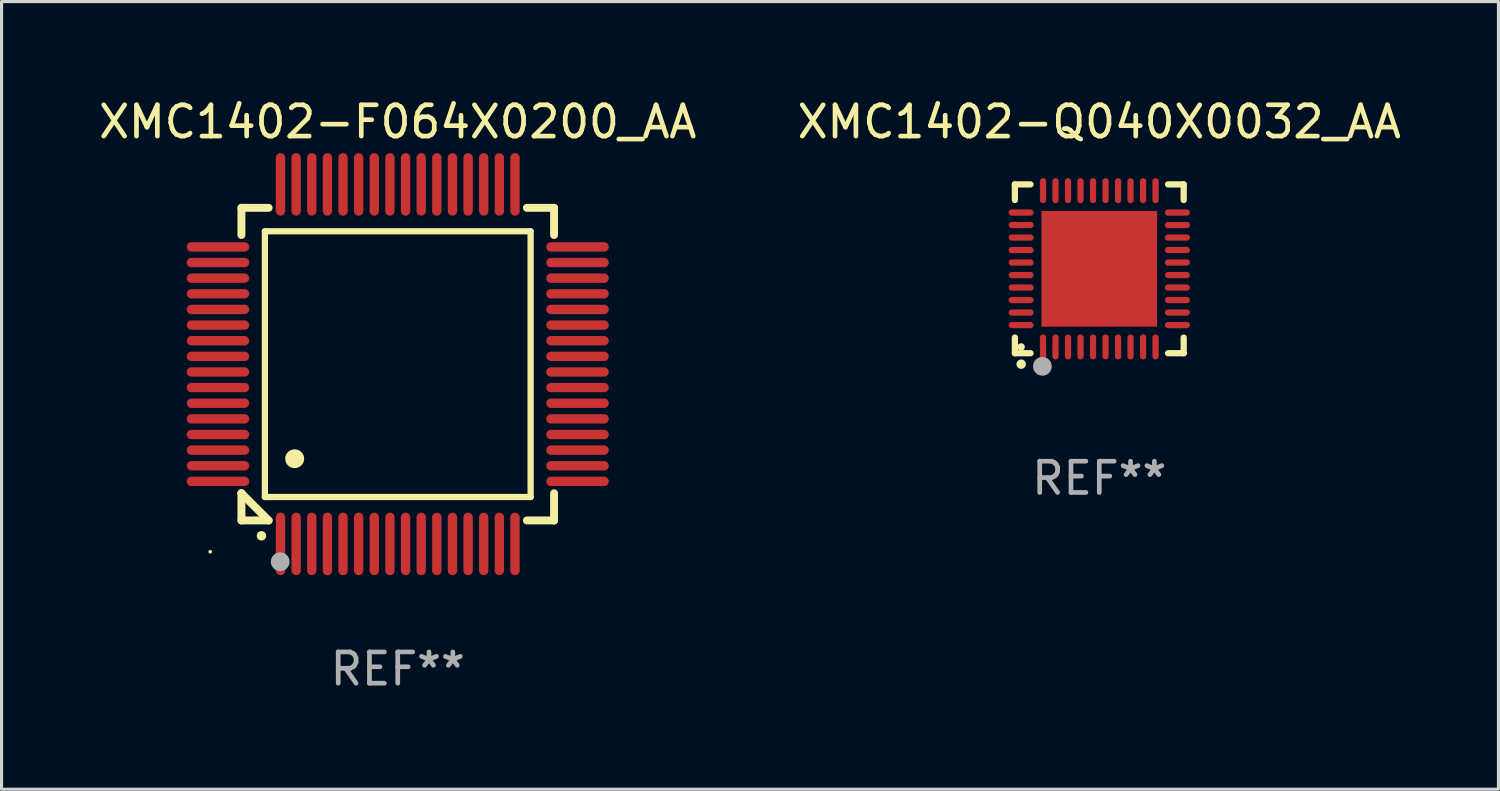
<source format=kicad_pcb>
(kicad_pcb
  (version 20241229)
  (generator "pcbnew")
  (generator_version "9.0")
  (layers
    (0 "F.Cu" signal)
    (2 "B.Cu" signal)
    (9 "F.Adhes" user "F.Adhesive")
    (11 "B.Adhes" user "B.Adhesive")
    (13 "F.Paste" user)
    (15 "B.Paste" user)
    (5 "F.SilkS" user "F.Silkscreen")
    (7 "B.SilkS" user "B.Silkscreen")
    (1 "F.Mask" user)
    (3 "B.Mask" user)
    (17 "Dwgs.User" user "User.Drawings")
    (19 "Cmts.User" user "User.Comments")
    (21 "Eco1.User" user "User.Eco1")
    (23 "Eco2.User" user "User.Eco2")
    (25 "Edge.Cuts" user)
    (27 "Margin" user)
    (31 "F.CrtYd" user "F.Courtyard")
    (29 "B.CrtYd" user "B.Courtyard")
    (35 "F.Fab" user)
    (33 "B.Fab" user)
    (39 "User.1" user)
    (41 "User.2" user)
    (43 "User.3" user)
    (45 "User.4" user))
  (footprint "XMC1402-F064X0200_AA"
    (layer "F.Cu")
    (at 9.673 8.598)
    (property "Reference" "XMC1402-F064X0200_AA" (at 0 -7.75 0) (layer "F.SilkS") (effects (font (size 1 1) (thickness 0.15))))
    (attr through_hole)
    (fp_line (start -5 -5) (end -4.131 -5) (stroke (width 0.254) (type solid)) (layer "F.SilkS"))
    (fp_line (start -5 -4.131) (end -5 -5) (stroke (width 0.254) (type solid)) (layer "F.SilkS"))
    (fp_line (start -5 4.131) (end -5 4.131) (stroke (width 0.254) (type solid)) (layer "F.SilkS"))
    (fp_line (start -5 5) (end -5 4.131) (stroke (width 0.254) (type solid)) (layer "F.SilkS"))
    (fp_line (start -5 4.131) (end -4.131 5) (stroke (width 0.254) (type solid)) (layer "F.SilkS"))
    (fp_line (start -4.25 -4.25) (end -4.25 4.25) (stroke (width 0.2) (type solid)) (layer "F.SilkS"))
    (fp_line (start -4.25 4.25) (end 4.25 4.25) (stroke (width 0.2) (type solid)) (layer "F.SilkS"))
    (fp_line (start -4.131 5) (end -5 5) (stroke (width 0.254) (type solid)) (layer "F.SilkS"))
    (fp_line (start 4.25 -4.25) (end -4.25 -4.25) (stroke (width 0.2) (type solid)) (layer "F.SilkS"))
    (fp_line (start 4.25 4.25) (end 4.25 -4.25) (stroke (width 0.2) (type solid)) (layer "F.SilkS"))
    (fp_line (start 5 -5) (end 4.131 -5) (stroke (width 0.254) (type solid)) (layer "F.SilkS"))
    (fp_line (start 5 -5) (end 5 -4.131) (stroke (width 0.254) (type solid)) (layer "F.SilkS"))
    (fp_line (start 5 4.131) (end 5 5) (stroke (width 0.254) (type solid)) (layer "F.SilkS"))
    (fp_line (start 5 5) (end 4.131 5) (stroke (width 0.254) (type solid)) (layer "F.SilkS"))
    (fp_arc (start -4.361265 5.489992) (mid -4.359995 5.489987) (end -4.358725 5.489992) (stroke (width 0.3) (type solid)) (layer "F.SilkS"))
    (fp_arc (start -3.299467 3.025146) (mid -3.296927 3.025135) (end -3.294387 3.025146) (stroke (width 0.6) (type solid)) (layer "F.SilkS"))
    (fp_circle (center -6 6) (end -5.97 6) (stroke (width 0.06) (type solid)) (fill no) (layer "F.SilkS"))
    (fp_circle (center -3.76 6.32) (end -3.61 6.32) (stroke (width 0.3) (type solid)) (fill no) (layer "F.Fab"))
    (fp_text user "REF**" (at 0 9.75 0) (layer "F.Fab") (effects (font (size 1 1) (thickness 0.15))))
    (pad "1" smd oval (at -3.75 5.75) (size 0.3 2) (layers "F.Cu" "F.Mask" "F.Paste"))
    (pad "2" smd oval (at -3.25 5.75) (size 0.3 2) (layers "F.Cu" "F.Mask" "F.Paste"))
    (pad "3" smd oval (at -2.75 5.75) (size 0.3 2) (layers "F.Cu" "F.Mask" "F.Paste"))
    (pad "4" smd oval (at -2.25 5.75) (size 0.3 2) (layers "F.Cu" "F.Mask" "F.Paste"))
    (pad "5" smd oval (at -1.75 5.75) (size 0.3 2) (layers "F.Cu" "F.Mask" "F.Paste"))
    (pad "6" smd oval (at -1.25 5.75) (size 0.3 2) (layers "F.Cu" "F.Mask" "F.Paste"))
    (pad "7" smd oval (at -0.75 5.75) (size 0.3 2) (layers "F.Cu" "F.Mask" "F.Paste"))
    (pad "8" smd oval (at -0.25 5.75) (size 0.3 2) (layers "F.Cu" "F.Mask" "F.Paste"))
    (pad "9" smd oval (at 0.25 5.75) (size 0.3 2) (layers "F.Cu" "F.Mask" "F.Paste"))
    (pad "10" smd oval (at 0.75 5.75) (size 0.3 2) (layers "F.Cu" "F.Mask" "F.Paste"))
    (pad "11" smd oval (at 1.25 5.75) (size 0.3 2) (layers "F.Cu" "F.Mask" "F.Paste"))
    (pad "12" smd oval (at 1.75 5.75) (size 0.3 2) (layers "F.Cu" "F.Mask" "F.Paste"))
    (pad "13" smd oval (at 2.25 5.75) (size 0.3 2) (layers "F.Cu" "F.Mask" "F.Paste"))
    (pad "14" smd oval (at 2.75 5.75) (size 0.3 2) (layers "F.Cu" "F.Mask" "F.Paste"))
    (pad "15" smd oval (at 3.25 5.75) (size 0.3 2) (layers "F.Cu" "F.Mask" "F.Paste"))
    (pad "16" smd oval (at 3.75 5.75) (size 0.3 2) (layers "F.Cu" "F.Mask" "F.Paste"))
    (pad "17" smd oval (at 5.75 3.75) (size 2 0.3) (layers "F.Cu" "F.Mask" "F.Paste"))
    (pad "18" smd oval (at 5.75 3.25) (size 2 0.3) (layers "F.Cu" "F.Mask" "F.Paste"))
    (pad "19" smd oval (at 5.75 2.75) (size 2 0.3) (layers "F.Cu" "F.Mask" "F.Paste"))
    (pad "20" smd oval (at 5.75 2.25) (size 2 0.3) (layers "F.Cu" "F.Mask" "F.Paste"))
    (pad "21" smd oval (at 5.75 1.75) (size 2 0.3) (layers "F.Cu" "F.Mask" "F.Paste"))
    (pad "22" smd oval (at 5.75 1.25) (size 2 0.3) (layers "F.Cu" "F.Mask" "F.Paste"))
    (pad "23" smd oval (at 5.75 0.75) (size 2 0.3) (layers "F.Cu" "F.Mask" "F.Paste"))
    (pad "24" smd oval (at 5.75 0.25) (size 2 0.3) (layers "F.Cu" "F.Mask" "F.Paste"))
    (pad "25" smd oval (at 5.75 -0.25) (size 2 0.3) (layers "F.Cu" "F.Mask" "F.Paste"))
    (pad "26" smd oval (at 5.75 -0.75) (size 2 0.3) (layers "F.Cu" "F.Mask" "F.Paste"))
    (pad "27" smd oval (at 5.75 -1.25) (size 2 0.3) (layers "F.Cu" "F.Mask" "F.Paste"))
    (pad "28" smd oval (at 5.75 -1.75) (size 2 0.3) (layers "F.Cu" "F.Mask" "F.Paste"))
    (pad "29" smd oval (at 5.75 -2.25) (size 2 0.3) (layers "F.Cu" "F.Mask" "F.Paste"))
    (pad "30" smd oval (at 5.75 -2.75) (size 2 0.3) (layers "F.Cu" "F.Mask" "F.Paste"))
    (pad "31" smd oval (at 5.75 -3.25) (size 2 0.3) (layers "F.Cu" "F.Mask" "F.Paste"))
    (pad "32" smd oval (at 5.75 -3.75) (size 2 0.3) (layers "F.Cu" "F.Mask" "F.Paste"))
    (pad "33" smd oval (at 3.75 -5.75) (size 0.3 2) (layers "F.Cu" "F.Mask" "F.Paste"))
    (pad "34" smd oval (at 3.25 -5.75) (size 0.3 2) (layers "F.Cu" "F.Mask" "F.Paste"))
    (pad "35" smd oval (at 2.75 -5.75) (size 0.3 2) (layers "F.Cu" "F.Mask" "F.Paste"))
    (pad "36" smd oval (at 2.25 -5.75) (size 0.3 2) (layers "F.Cu" "F.Mask" "F.Paste"))
    (pad "37" smd oval (at 1.75 -5.75) (size 0.3 2) (layers "F.Cu" "F.Mask" "F.Paste"))
    (pad "38" smd oval (at 1.25 -5.75) (size 0.3 2) (layers "F.Cu" "F.Mask" "F.Paste"))
    (pad "39" smd oval (at 0.75 -5.75) (size 0.3 2) (layers "F.Cu" "F.Mask" "F.Paste"))
    (pad "40" smd oval (at 0.25 -5.75) (size 0.3 2) (layers "F.Cu" "F.Mask" "F.Paste"))
    (pad "41" smd oval (at -0.25 -5.75) (size 0.3 2) (layers "F.Cu" "F.Mask" "F.Paste"))
    (pad "42" smd oval (at -0.75 -5.75) (size 0.3 2) (layers "F.Cu" "F.Mask" "F.Paste"))
    (pad "43" smd oval (at -1.25 -5.75) (size 0.3 2) (layers "F.Cu" "F.Mask" "F.Paste"))
    (pad "44" smd oval (at -1.75 -5.75) (size 0.3 2) (layers "F.Cu" "F.Mask" "F.Paste"))
    (pad "45" smd oval (at -2.25 -5.75) (size 0.3 2) (layers "F.Cu" "F.Mask" "F.Paste"))
    (pad "46" smd oval (at -2.75 -5.75) (size 0.3 2) (layers "F.Cu" "F.Mask" "F.Paste"))
    (pad "47" smd oval (at -3.25 -5.75) (size 0.3 2) (layers "F.Cu" "F.Mask" "F.Paste"))
    (pad "48" smd oval (at -3.75 -5.75) (size 0.3 2) (layers "F.Cu" "F.Mask" "F.Paste"))
    (pad "49" smd oval (at -5.75 -3.75) (size 2 0.3) (layers "F.Cu" "F.Mask" "F.Paste"))
    (pad "50" smd oval (at -5.75 -3.25) (size 2 0.3) (layers "F.Cu" "F.Mask" "F.Paste"))
    (pad "51" smd oval (at -5.75 -2.75) (size 2 0.3) (layers "F.Cu" "F.Mask" "F.Paste"))
    (pad "52" smd oval (at -5.75 -2.25) (size 2 0.3) (layers "F.Cu" "F.Mask" "F.Paste"))
    (pad "53" smd oval (at -5.75 -1.75) (size 2 0.3) (layers "F.Cu" "F.Mask" "F.Paste"))
    (pad "54" smd oval (at -5.75 -1.25) (size 2 0.3) (layers "F.Cu" "F.Mask" "F.Paste"))
    (pad "55" smd oval (at -5.75 -0.75) (size 2 0.3) (layers "F.Cu" "F.Mask" "F.Paste"))
    (pad "56" smd oval (at -5.75 -0.25) (size 2 0.3) (layers "F.Cu" "F.Mask" "F.Paste"))
    (pad "57" smd oval (at -5.75 0.25) (size 2 0.3) (layers "F.Cu" "F.Mask" "F.Paste"))
    (pad "58" smd oval (at -5.75 0.75) (size 2 0.3) (layers "F.Cu" "F.Mask" "F.Paste"))
    (pad "59" smd oval (at -5.75 1.25) (size 2 0.3) (layers "F.Cu" "F.Mask" "F.Paste"))
    (pad "60" smd oval (at -5.75 1.75) (size 2 0.3) (layers "F.Cu" "F.Mask" "F.Paste"))
    (pad "61" smd oval (at -5.75 2.25) (size 2 0.3) (layers "F.Cu" "F.Mask" "F.Paste"))
    (pad "62" smd oval (at -5.75 2.75) (size 2 0.3) (layers "F.Cu" "F.Mask" "F.Paste"))
    (pad "63" smd oval (at -5.75 3.25) (size 2 0.3) (layers "F.Cu" "F.Mask" "F.Paste"))
    (pad "64" smd oval (at -5.75 3.75) (size 2 0.3) (layers "F.Cu" "F.Mask" "F.Paste")))
  (footprint "XMC1402-Q040X0032_AA"
    (layer "F.Cu")
    (at 32.113 5.548)
    (property "Reference" "XMC1402-Q040X0032_AA" (at 0 -4.7 0) (layer "F.SilkS") (effects (font (size 1 1) (thickness 0.15))))
    (attr through_hole)
    (fp_line (start -2.7 -2.7) (end -2.7 -2.2) (stroke (width 0.2) (type solid)) (layer "F.SilkS"))
    (fp_line (start -2.7 2.7) (end -2.7 2.2) (stroke (width 0.2) (type solid)) (layer "F.SilkS"))
    (fp_line (start -2.2 -2.7) (end -2.7 -2.7) (stroke (width 0.2) (type solid)) (layer "F.SilkS"))
    (fp_line (start -2.2 2.7) (end -2.7 2.7) (stroke (width 0.2) (type solid)) (layer "F.SilkS"))
    (fp_line (start 2.7 -2.7) (end 2.2 -2.7) (stroke (width 0.2) (type solid)) (layer "F.SilkS"))
    (fp_line (start 2.7 -2.2) (end 2.7 -2.7) (stroke (width 0.2) (type solid)) (layer "F.SilkS"))
    (fp_line (start 2.7 2.2) (end 2.7 2.7) (stroke (width 0.2) (type solid)) (layer "F.SilkS"))
    (fp_line (start 2.7 2.7) (end 2.2 2.7) (stroke (width 0.2) (type solid)) (layer "F.SilkS"))
    (fp_arc (start -2.499365 3.050546) (mid -2.498095 3.050541) (end -2.496825 3.050546) (stroke (width 0.3) (type solid)) (layer "F.SilkS"))
    (fp_circle (center -2.5 2.5) (end -2.44 2.5) (stroke (width 0.12) (type solid)) (fill no) (layer "F.SilkS"))
    (fp_circle (center -1.82 3.12) (end -1.67 3.12) (stroke (width 0.3) (type solid)) (fill no) (layer "F.Fab"))
    (fp_text user "REF**" (at 0 6.7 0) (layer "F.Fab") (effects (font (size 1 1) (thickness 0.15))))
    (pad "1" smd oval (at -1.8 2.499) (size 0.2 0.8) (layers "F.Cu" "F.Mask" "F.Paste"))
    (pad "2" smd oval (at -1.4 2.499) (size 0.2 0.8) (layers "F.Cu" "F.Mask" "F.Paste"))
    (pad "3" smd oval (at -1 2.499) (size 0.2 0.8) (layers "F.Cu" "F.Mask" "F.Paste"))
    (pad "4" smd oval (at -0.6 2.499) (size 0.2 0.8) (layers "F.Cu" "F.Mask" "F.Paste"))
    (pad "5" smd oval (at -0.2 2.499) (size 0.2 0.8) (layers "F.Cu" "F.Mask" "F.Paste"))
    (pad "6" smd oval (at 0.2 2.499) (size 0.2 0.8) (layers "F.Cu" "F.Mask" "F.Paste"))
    (pad "7" smd oval (at 0.6 2.499) (size 0.2 0.8) (layers "F.Cu" "F.Mask" "F.Paste"))
    (pad "8" smd oval (at 1 2.499) (size 0.2 0.8) (layers "F.Cu" "F.Mask" "F.Paste"))
    (pad "9" smd oval (at 1.4 2.499) (size 0.2 0.8) (layers "F.Cu" "F.Mask" "F.Paste"))
    (pad "10" smd oval (at 1.8 2.499) (size 0.2 0.8) (layers "F.Cu" "F.Mask" "F.Paste"))
    (pad "11" smd oval (at 2.499 1.8) (size 0.8 0.2) (layers "F.Cu" "F.Mask" "F.Paste"))
    (pad "12" smd oval (at 2.499 1.4) (size 0.8 0.2) (layers "F.Cu" "F.Mask" "F.Paste"))
    (pad "13" smd oval (at 2.499 1) (size 0.8 0.2) (layers "F.Cu" "F.Mask" "F.Paste"))
    (pad "14" smd oval (at 2.499 0.6) (size 0.8 0.2) (layers "F.Cu" "F.Mask" "F.Paste"))
    (pad "15" smd oval (at 2.499 0.2) (size 0.8 0.2) (layers "F.Cu" "F.Mask" "F.Paste"))
    (pad "16" smd oval (at 2.499 -0.2) (size 0.8 0.2) (layers "F.Cu" "F.Mask" "F.Paste"))
    (pad "17" smd oval (at 2.499 -0.6) (size 0.8 0.2) (layers "F.Cu" "F.Mask" "F.Paste"))
    (pad "18" smd oval (at 2.499 -1) (size 0.8 0.2) (layers "F.Cu" "F.Mask" "F.Paste"))
    (pad "19" smd oval (at 2.499 -1.4) (size 0.8 0.2) (layers "F.Cu" "F.Mask" "F.Paste"))
    (pad "20" smd oval (at 2.499 -1.8) (size 0.8 0.2) (layers "F.Cu" "F.Mask" "F.Paste"))
    (pad "21" smd oval (at 1.8 -2.499) (size 0.2 0.8) (layers "F.Cu" "F.Mask" "F.Paste"))
    (pad "22" smd oval (at 1.4 -2.499) (size 0.2 0.8) (layers "F.Cu" "F.Mask" "F.Paste"))
    (pad "23" smd oval (at 1 -2.499) (size 0.2 0.8) (layers "F.Cu" "F.Mask" "F.Paste"))
    (pad "24" smd oval (at 0.6 -2.499) (size 0.2 0.8) (layers "F.Cu" "F.Mask" "F.Paste"))
    (pad "25" smd oval (at 0.2 -2.499) (size 0.2 0.8) (layers "F.Cu" "F.Mask" "F.Paste"))
    (pad "26" smd oval (at -0.2 -2.499) (size 0.2 0.8) (layers "F.Cu" "F.Mask" "F.Paste"))
    (pad "27" smd oval (at -0.6 -2.499) (size 0.2 0.8) (layers "F.Cu" "F.Mask" "F.Paste"))
    (pad "28" smd oval (at -1 -2.499) (size 0.2 0.8) (layers "F.Cu" "F.Mask" "F.Paste"))
    (pad "29" smd oval (at -1.4 -2.499) (size 0.2 0.8) (layers "F.Cu" "F.Mask" "F.Paste"))
    (pad "30" smd oval (at -1.8 -2.499) (size 0.2 0.8) (layers "F.Cu" "F.Mask" "F.Paste"))
    (pad "31" smd oval (at -2.499 -1.8) (size 0.8 0.2) (layers "F.Cu" "F.Mask" "F.Paste"))
    (pad "32" smd oval (at -2.499 -1.4) (size 0.8 0.2) (layers "F.Cu" "F.Mask" "F.Paste"))
    (pad "33" smd oval (at -2.499 -1) (size 0.8 0.2) (layers "F.Cu" "F.Mask" "F.Paste"))
    (pad "34" smd oval (at -2.499 -0.6) (size 0.8 0.2) (layers "F.Cu" "F.Mask" "F.Paste"))
    (pad "35" smd oval (at -2.499 -0.2) (size 0.8 0.2) (layers "F.Cu" "F.Mask" "F.Paste"))
    (pad "36" smd oval (at -2.499 0.2) (size 0.8 0.2) (layers "F.Cu" "F.Mask" "F.Paste"))
    (pad "37" smd oval (at -2.499 0.6) (size 0.8 0.2) (layers "F.Cu" "F.Mask" "F.Paste"))
    (pad "38" smd oval (at -2.499 1) (size 0.8 0.2) (layers "F.Cu" "F.Mask" "F.Paste"))
    (pad "39" smd oval (at -2.499 1.4) (size 0.8 0.2) (layers "F.Cu" "F.Mask" "F.Paste"))
    (pad "40" smd oval (at -2.499 1.8) (size 0.8 0.2) (layers "F.Cu" "F.Mask" "F.Paste"))
    (pad "41" smd rect (at 0 0) (size 3.7 3.7) (layers "F.Cu" "F.Mask" "F.Paste")))
  (gr_rect
    (start -3 -3)
    (end 44.881 22.196)
    (stroke (width 0.1) (type default))
    (fill no)
    (layer "Edge.Cuts")))
</source>
